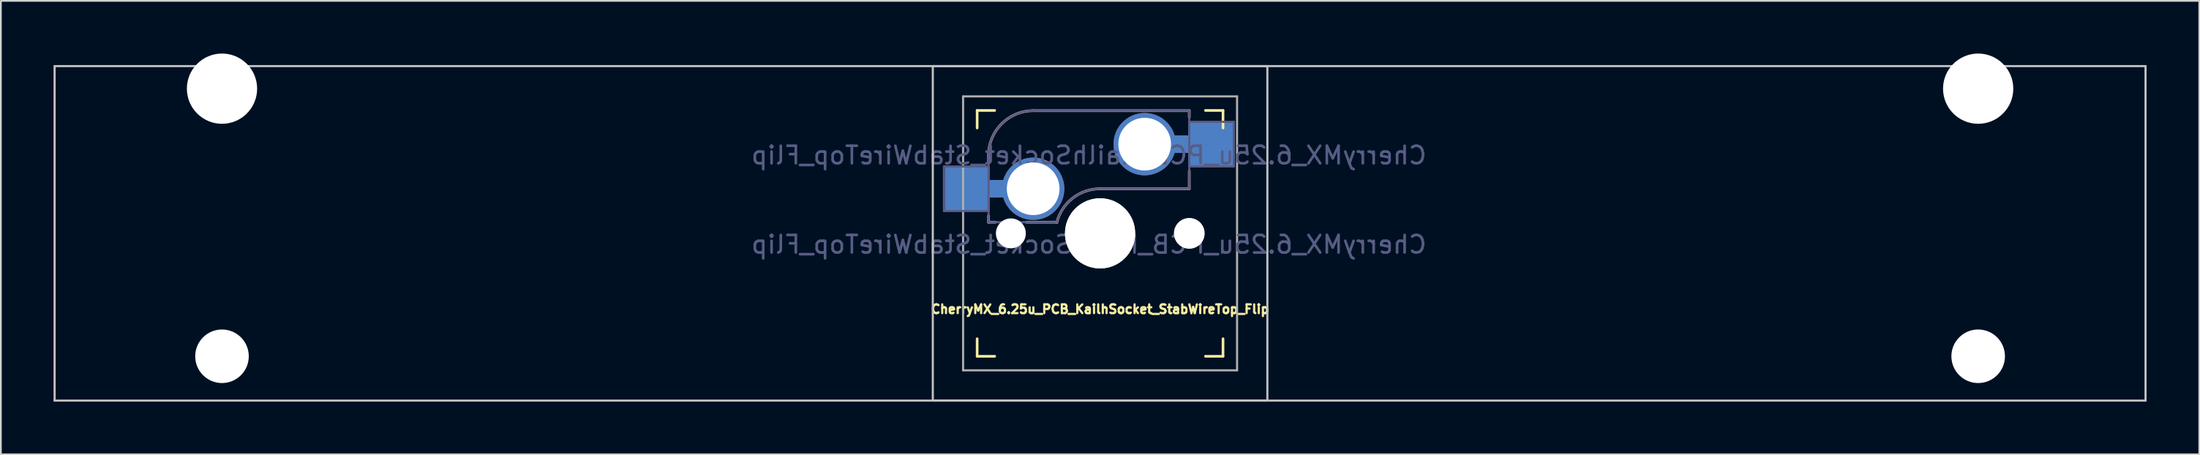
<source format=kicad_pcb>
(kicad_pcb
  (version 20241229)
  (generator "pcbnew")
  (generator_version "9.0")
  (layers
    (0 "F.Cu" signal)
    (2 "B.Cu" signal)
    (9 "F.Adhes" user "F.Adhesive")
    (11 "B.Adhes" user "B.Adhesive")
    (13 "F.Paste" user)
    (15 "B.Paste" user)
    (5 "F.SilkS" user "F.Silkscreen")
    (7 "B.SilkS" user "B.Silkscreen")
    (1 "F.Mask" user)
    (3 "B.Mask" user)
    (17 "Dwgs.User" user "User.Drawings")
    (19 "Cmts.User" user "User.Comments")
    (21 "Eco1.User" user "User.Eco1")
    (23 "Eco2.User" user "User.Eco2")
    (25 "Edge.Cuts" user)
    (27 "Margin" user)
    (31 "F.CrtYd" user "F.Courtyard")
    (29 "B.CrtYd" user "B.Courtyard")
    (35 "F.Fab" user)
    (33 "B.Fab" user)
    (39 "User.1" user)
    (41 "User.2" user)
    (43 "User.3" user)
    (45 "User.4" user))
  (footprint "CherryMX_6.25u_PCB_KailhSocket_StabWireTop_Flip"
    (layer "F.Cu")
    (at 59.591 10.24)
    (property "Reference" "CherryMX_6.25u_PCB_KailhSocket_StabWireTop_Flip" (at 0 4.318 0) (layer "F.SilkS") (effects (font (size 0.5 0.5) (thickness 0.125))))
    (property "Value" "CherryMX_6.25u_PCB_KailhSocket_StabWireTop_Flip" (at 0 8.662 0) (layer "F.Fab") (hide yes) (effects (font (size 1 1) (thickness 0.15))))
    (attr through_hole)
    (fp_line (start -7 -6) (end -7 -7) (stroke (width 0.15) (type solid)) (layer "F.SilkS"))
    (fp_line (start -7 7) (end -7 6) (stroke (width 0.15) (type solid)) (layer "F.SilkS"))
    (fp_line (start -7 7) (end -6 7) (stroke (width 0.15) (type solid)) (layer "F.SilkS"))
    (fp_line (start -6 -7) (end -7 -7) (stroke (width 0.15) (type solid)) (layer "F.SilkS"))
    (fp_line (start 6 7) (end 7 7) (stroke (width 0.15) (type solid)) (layer "F.SilkS"))
    (fp_line (start 7 -7) (end 6 -7) (stroke (width 0.15) (type solid)) (layer "F.SilkS"))
    (fp_line (start 7 -7) (end 7 -6) (stroke (width 0.15) (type solid)) (layer "F.SilkS"))
    (fp_line (start 7 6) (end 7 7) (stroke (width 0.15) (type solid)) (layer "F.SilkS"))
    (fp_line (start -6.35 -4.445) (end -6.35 -4.064) (stroke (width 0.15) (type solid)) (layer "B.SilkS"))
    (fp_line (start -6.35 -1.016) (end -6.35 -0.635) (stroke (width 0.15) (type solid)) (layer "B.SilkS"))
    (fp_line (start -5.969 -0.635) (end -6.35 -0.635) (stroke (width 0.15) (type solid)) (layer "B.SilkS"))
    (fp_line (start -3.81 -6.985) (end 5.08 -6.985) (stroke (width 0.15) (type solid)) (layer "B.SilkS"))
    (fp_line (start -2.464 -0.635) (end -4.191 -0.635) (stroke (width 0.15) (type solid)) (layer "B.SilkS"))
    (fp_line (start 5.08 -6.985) (end 5.08 -6.604) (stroke (width 0.15) (type solid)) (layer "B.SilkS"))
    (fp_line (start 5.08 -3.556) (end 5.08 -2.54) (stroke (width 0.15) (type solid)) (layer "B.SilkS"))
    (fp_line (start 5.08 -2.54) (end 0 -2.54) (stroke (width 0.15) (type solid)) (layer "B.SilkS"))
    (fp_arc (start -6.35 -4.445) (mid -5.606051 -6.241051) (end -3.81 -6.985) (stroke (width 0.15) (type solid)) (layer "B.SilkS"))
    (fp_arc (start -2.464162 -0.61604) (mid -1.563147 -2.002042) (end 0 -2.54) (stroke (width 0.15) (type solid)) (layer "B.SilkS"))
    (fp_line (start -59.531 -9.525) (end 59.531 -9.525) (stroke (width 0.12) (type solid)) (layer "Dwgs.User"))
    (fp_line (start -59.531 9.525) (end -59.531 -9.525) (stroke (width 0.12) (type solid)) (layer "Dwgs.User"))
    (fp_line (start -9.525 -9.525) (end 9.525 -9.525) (stroke (width 0.12) (type solid)) (layer "Dwgs.User"))
    (fp_line (start -9.525 9.525) (end -9.525 -9.525) (stroke (width 0.12) (type solid)) (layer "Dwgs.User"))
    (fp_line (start 9.525 -9.525) (end 9.525 9.525) (stroke (width 0.12) (type solid)) (layer "Dwgs.User"))
    (fp_line (start 9.525 9.525) (end -9.525 9.525) (stroke (width 0.12) (type solid)) (layer "Dwgs.User"))
    (fp_line (start 59.531 -9.525) (end 59.531 9.525) (stroke (width 0.12) (type solid)) (layer "Dwgs.User"))
    (fp_line (start 59.531 9.525) (end -59.531 9.525) (stroke (width 0.12) (type solid)) (layer "Dwgs.User"))
    (fp_line (start -6.9 6.9) (end -6.9 -6.9) (stroke (width 0.15) (type solid)) (layer "Eco2.User"))
    (fp_line (start -6.9 6.9) (end 6.9 6.9) (stroke (width 0.15) (type solid)) (layer "Eco2.User"))
    (fp_line (start 6.9 -6.9) (end -6.9 -6.9) (stroke (width 0.15) (type solid)) (layer "Eco2.User"))
    (fp_line (start 6.9 -6.9) (end 6.9 6.9) (stroke (width 0.15) (type solid)) (layer "Eco2.User"))
    (fp_line (start -8.89 -3.81) (end -6.35 -3.81) (stroke (width 0.12) (type solid)) (layer "B.Fab"))
    (fp_line (start -8.89 -1.27) (end -8.89 -3.81) (stroke (width 0.12) (type solid)) (layer "B.Fab"))
    (fp_line (start -6.35 -1.27) (end -8.89 -1.27) (stroke (width 0.12) (type solid)) (layer "B.Fab"))
    (fp_line (start -6.35 -0.635) (end -6.35 -4.445) (stroke (width 0.12) (type solid)) (layer "B.Fab"))
    (fp_line (start -6.35 -0.635) (end -2.54 -0.635) (stroke (width 0.12) (type solid)) (layer "B.Fab"))
    (fp_line (start -3.81 -6.985) (end 5.08 -6.985) (stroke (width 0.12) (type solid)) (layer "B.Fab"))
    (fp_line (start 5.08 -6.985) (end 5.08 -2.54) (stroke (width 0.12) (type solid)) (layer "B.Fab"))
    (fp_line (start 5.08 -6.35) (end 7.62 -6.35) (stroke (width 0.12) (type solid)) (layer "B.Fab"))
    (fp_line (start 5.08 -2.54) (end 0 -2.54) (stroke (width 0.12) (type solid)) (layer "B.Fab"))
    (fp_line (start 7.62 -6.35) (end 7.62 -3.81) (stroke (width 0.12) (type solid)) (layer "B.Fab"))
    (fp_line (start 7.62 -3.81) (end 5.08 -3.81) (stroke (width 0.12) (type solid)) (layer "B.Fab"))
    (fp_arc (start -6.35 -4.445) (mid -5.606051 -6.241051) (end -3.81 -6.985) (stroke (width 0.12) (type solid)) (layer "B.Fab"))
    (fp_arc (start -2.464162 -0.61604) (mid -1.563147 -2.002042) (end 0 -2.54) (stroke (width 0.12) (type solid)) (layer "B.Fab"))
    (fp_line (start -7.8 -7.8) (end -7.8 7.8) (stroke (width 0.12) (type solid)) (layer "F.Fab"))
    (fp_line (start -7.8 -7.8) (end 7.8 -7.8) (stroke (width 0.12) (type solid)) (layer "F.Fab"))
    (fp_line (start -7.8 7.8) (end 7.8 7.8) (stroke (width 0.12) (type solid)) (layer "F.Fab"))
    (fp_line (start 7.8 -7.8) (end 7.8 7.8) (stroke (width 0.12) (type solid)) (layer "F.Fab"))
    (fp_text user "${VALUE}" (at -0.635 0.635 0) (layer "B.Fab") (effects (font (size 1 1) (thickness 0.15)) (justify mirror)))
    (fp_text user "${REFERENCE}" (at -0.635 -4.445 0) (layer "B.Fab") (effects (font (size 1 1) (thickness 0.15)) (justify mirror)))
    (pad "" np_thru_hole circle (at -50 -8.24) (size 4 4) (drill 4) (layers "*.Cu" "*.Mask"))
    (pad "" np_thru_hole circle (at -50 7) (size 3.05 3.05) (drill 3.05) (layers "*.Cu" "*.Mask"))
    (pad "" np_thru_hole circle (at -5.08 0) (size 1.702 1.702) (drill 1.702) (layers "*.Cu" "*.Mask"))
    (pad "" np_thru_hole circle (at 0 0) (size 3.988 3.988) (drill 3.988) (layers "*.Cu" "*.Mask"))
    (pad "" np_thru_hole circle (at 0 0) (size 4 4) (drill 4) (layers "*.Cu" "*.Mask"))
    (pad "" np_thru_hole circle (at 5.08 0) (size 1.702 1.702) (drill 1.702) (layers "*.Cu" "*.Mask"))
    (pad "" np_thru_hole circle (at 5.08 0) (size 1.75 1.75) (drill 1.75) (layers "*.Cu" "*.Mask"))
    (pad "" np_thru_hole circle (at 50 -8.24) (size 4 4) (drill 4) (layers "*.Cu" "*.Mask"))
    (pad "" np_thru_hole circle (at 50 7) (size 3.05 3.05) (drill 3.05) (layers "*.Cu" "*.Mask"))
    (pad "1" thru_hole circle (at 2.54 -5.08) (size 3.55 3.55) (drill 3) (layers "*.Cu"))
    (pad "1" connect rect (at 5.015 -5.08 270) (size 1 2.5) (layers "B.Cu"))
    (pad "1" smd rect (at 6.29 -5.08) (size 2.55 2.5) (layers "B.Cu" "B.Mask" "B.Paste"))
    (pad "2" smd rect (at -7.56 -2.54) (size 2.55 2.5) (layers "B.Cu" "B.Mask" "B.Paste"))
    (pad "2" connect rect (at -5.715 -2.54 90) (size 1 2.5) (layers "B.Cu"))
    (pad "2" thru_hole circle (at -3.81 -2.54) (size 3.55 3.55) (drill 3) (layers "*.Cu")))
  (gr_rect
    (start -3 -3)
    (end 122.183 22.825)
    (stroke (width 0.1) (type default))
    (fill no)
    (layer "Edge.Cuts")))
</source>
